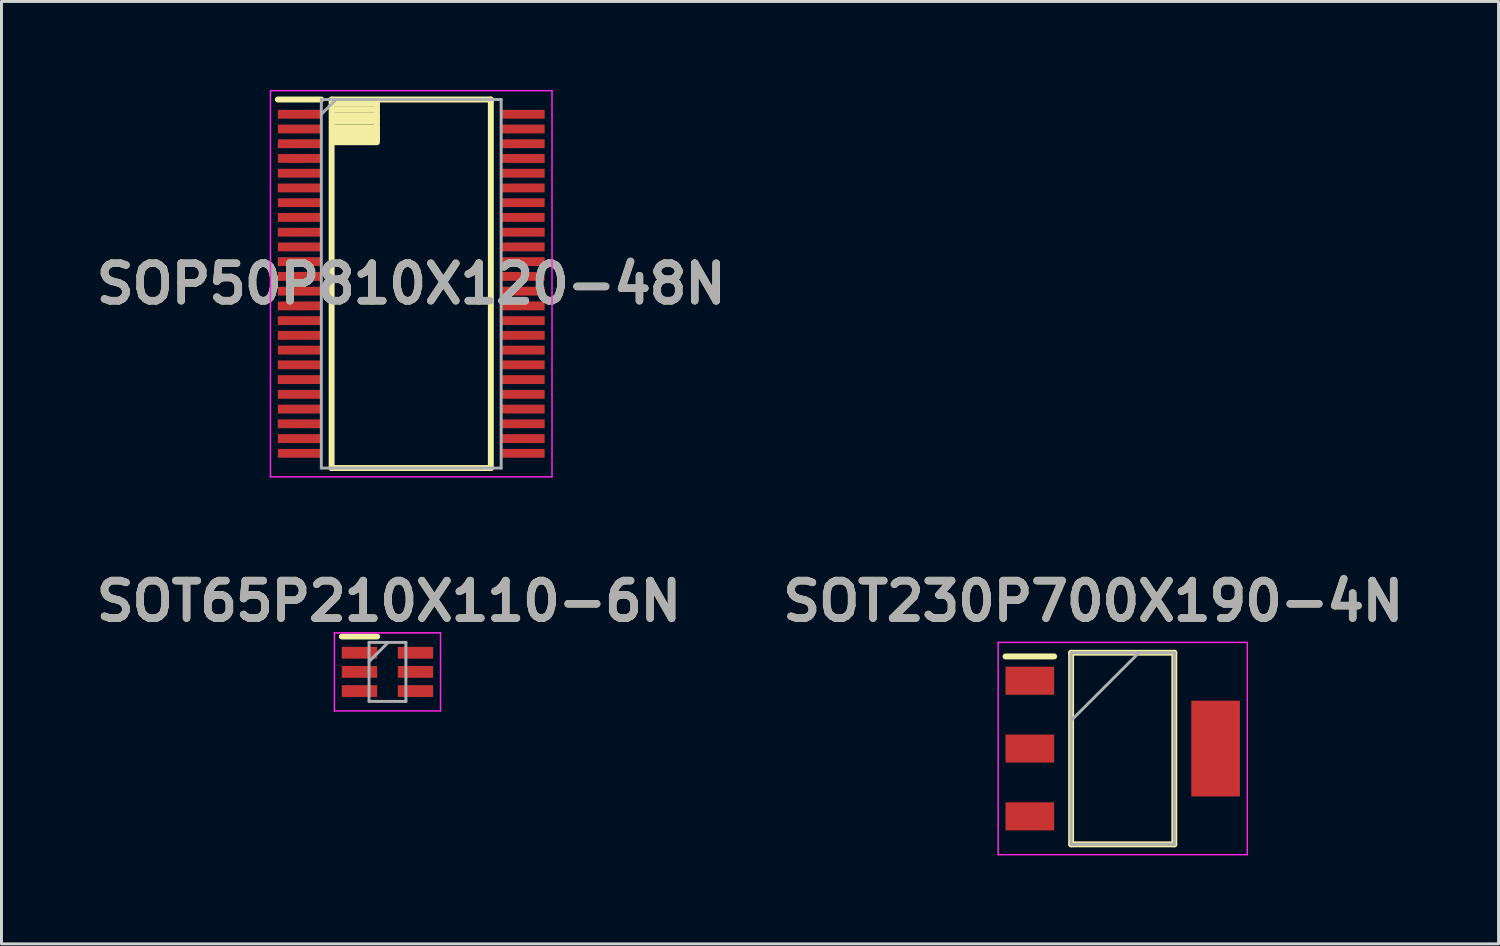
<source format=kicad_pcb>
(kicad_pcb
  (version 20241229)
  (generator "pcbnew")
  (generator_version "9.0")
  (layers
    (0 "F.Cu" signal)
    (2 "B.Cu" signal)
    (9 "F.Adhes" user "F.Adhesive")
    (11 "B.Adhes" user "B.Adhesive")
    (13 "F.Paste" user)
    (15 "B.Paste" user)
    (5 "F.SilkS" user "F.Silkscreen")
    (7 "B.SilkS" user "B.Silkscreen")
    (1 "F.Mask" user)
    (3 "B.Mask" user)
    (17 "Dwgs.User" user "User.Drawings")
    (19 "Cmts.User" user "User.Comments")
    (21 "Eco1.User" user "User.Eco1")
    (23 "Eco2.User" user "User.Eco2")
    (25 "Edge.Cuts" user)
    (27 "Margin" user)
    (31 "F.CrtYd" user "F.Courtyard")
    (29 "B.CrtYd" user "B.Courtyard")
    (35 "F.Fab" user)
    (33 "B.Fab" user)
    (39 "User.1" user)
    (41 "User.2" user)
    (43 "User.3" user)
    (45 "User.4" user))
  (footprint "SOT65P210X110-6N"
    (layer "F.Cu")
    (at 10.092 19.739)
    (property "Reference" "SOT65P210X110-6N" (at 0.05 -2.4 0) (layer "F.SilkS") (effects (font (size 1.27 1.27) (thickness 0.254))))
    (attr smd)
    (fp_line (start -1.55 -1.2) (end -0.35 -1.2) (stroke (width 0.2) (type solid)) (layer "F.SilkS"))
    (fp_line (start -1.8 -1.325) (end 1.8 -1.325) (stroke (width 0.05) (type solid)) (layer "F.CrtYd"))
    (fp_line (start -1.8 1.325) (end -1.8 -1.325) (stroke (width 0.05) (type solid)) (layer "F.CrtYd"))
    (fp_line (start 1.8 -1.325) (end 1.8 1.325) (stroke (width 0.05) (type solid)) (layer "F.CrtYd"))
    (fp_line (start 1.8 1.325) (end -1.8 1.325) (stroke (width 0.05) (type solid)) (layer "F.CrtYd"))
    (fp_line (start -0.625 -1) (end 0.625 -1) (stroke (width 0.1) (type solid)) (layer "F.Fab"))
    (fp_line (start -0.625 -0.35) (end 0.025 -1) (stroke (width 0.1) (type solid)) (layer "F.Fab"))
    (fp_line (start -0.625 1) (end -0.625 -1) (stroke (width 0.1) (type solid)) (layer "F.Fab"))
    (fp_line (start 0.625 -1) (end 0.625 1) (stroke (width 0.1) (type solid)) (layer "F.Fab"))
    (fp_line (start 0.625 1) (end -0.625 1) (stroke (width 0.1) (type solid)) (layer "F.Fab"))
    (fp_text user "${REFERENCE}" (at 0.05 -2.4 0) (layer "F.Fab") (effects (font (size 1.27 1.27) (thickness 0.254))))
    (pad "1" smd rect (at -0.95 -0.65 90) (size 0.4 1.2) (layers "F.Cu" "F.Mask" "F.Paste"))
    (pad "2" smd rect (at -0.95 0 90) (size 0.4 1.2) (layers "F.Cu" "F.Mask" "F.Paste"))
    (pad "3" smd rect (at -0.95 0.65 90) (size 0.4 1.2) (layers "F.Cu" "F.Mask" "F.Paste"))
    (pad "4" smd rect (at 0.95 0.65 90) (size 0.4 1.2) (layers "F.Cu" "F.Mask" "F.Paste"))
    (pad "5" smd rect (at 0.95 0 90) (size 0.4 1.2) (layers "F.Cu" "F.Mask" "F.Paste"))
    (pad "6" smd rect (at 0.95 -0.65 90) (size 0.4 1.2) (layers "F.Cu" "F.Mask" "F.Paste")))
  (footprint "SOT230P700X190-4N"
    (layer "F.Cu")
    (at 35.03 22.339)
    (property "Reference" "SOT230P700X190-4N" (at -1 -5 0) (layer "F.SilkS") (effects (font (size 1.27 1.27) (thickness 0.254))))
    (attr smd)
    (fp_line (start -3.975 -3.125) (end -2.325 -3.125) (stroke (width 0.2) (type solid)) (layer "F.SilkS"))
    (fp_line (start -1.75 -3.25) (end 1.75 -3.25) (stroke (width 0.2) (type solid)) (layer "F.SilkS"))
    (fp_line (start -1.75 3.25) (end -1.75 -3.25) (stroke (width 0.2) (type solid)) (layer "F.SilkS"))
    (fp_line (start 1.75 -3.25) (end 1.75 3.25) (stroke (width 0.2) (type solid)) (layer "F.SilkS"))
    (fp_line (start 1.75 3.25) (end -1.75 3.25) (stroke (width 0.2) (type solid)) (layer "F.SilkS"))
    (fp_line (start -4.225 -3.6) (end 4.225 -3.6) (stroke (width 0.05) (type solid)) (layer "F.CrtYd"))
    (fp_line (start -4.225 3.6) (end -4.225 -3.6) (stroke (width 0.05) (type solid)) (layer "F.CrtYd"))
    (fp_line (start 4.225 -3.6) (end 4.225 3.6) (stroke (width 0.05) (type solid)) (layer "F.CrtYd"))
    (fp_line (start 4.225 3.6) (end -4.225 3.6) (stroke (width 0.05) (type solid)) (layer "F.CrtYd"))
    (fp_line (start -1.75 -3.25) (end 1.75 -3.25) (stroke (width 0.1) (type solid)) (layer "F.Fab"))
    (fp_line (start -1.75 -0.95) (end 0.55 -3.25) (stroke (width 0.1) (type solid)) (layer "F.Fab"))
    (fp_line (start -1.75 3.25) (end -1.75 -3.25) (stroke (width 0.1) (type solid)) (layer "F.Fab"))
    (fp_line (start 1.75 -3.25) (end 1.75 3.25) (stroke (width 0.1) (type solid)) (layer "F.Fab"))
    (fp_line (start 1.75 3.25) (end -1.75 3.25) (stroke (width 0.1) (type solid)) (layer "F.Fab"))
    (fp_text user "${REFERENCE}" (at -1 -5 0) (layer "F.Fab") (effects (font (size 1.27 1.27) (thickness 0.254))))
    (pad "1" smd rect (at -3.15 -2.3 90) (size 0.95 1.65) (layers "F.Cu" "F.Mask" "F.Paste"))
    (pad "2" smd rect (at -3.15 0 90) (size 0.95 1.65) (layers "F.Cu" "F.Mask" "F.Paste"))
    (pad "3" smd rect (at -3.15 2.3 90) (size 0.95 1.65) (layers "F.Cu" "F.Mask" "F.Paste"))
    (pad "4" smd rect (at 3.15 0) (size 1.65 3.25) (layers "F.Cu" "F.Mask" "F.Paste")))
  (footprint "SOP50P810X120-48N"
    (layer "F.Cu")
    (at 10.898 6.575)
    (property "Reference" "SOP50P810X120-48N" (at 0 0 0) (layer "F.SilkS") (effects (font (size 1.27 1.27) (thickness 0.254))))
    (attr smd)
    (fp_line (start -4.525 -6.25) (end -3.05 -6.25) (stroke (width 0.2) (type solid)) (layer "F.SilkS"))
    (fp_line (start -2.7 -6.25) (end 2.7 -6.25) (stroke (width 0.2) (type solid)) (layer "F.SilkS"))
    (fp_line (start -2.7 6.25) (end -2.7 -6.25) (stroke (width 0.2) (type solid)) (layer "F.SilkS"))
    (fp_line (start -2.638 -6.1) (end -1.163 -6.1) (stroke (width 0.2) (type solid)) (layer "F.SilkS"))
    (fp_line (start -2.638 -5.9) (end -1.163 -5.9) (stroke (width 0.2) (type solid)) (layer "F.SilkS"))
    (fp_line (start -2.638 -5.7) (end -1.163 -5.7) (stroke (width 0.2) (type solid)) (layer "F.SilkS"))
    (fp_line (start -2.638 -5.6) (end -1.163 -5.6) (stroke (width 0.2) (type solid)) (layer "F.SilkS"))
    (fp_line (start -2.638 -5.5) (end -1.163 -5.5) (stroke (width 0.2) (type solid)) (layer "F.SilkS"))
    (fp_line (start -2.638 -5.3) (end -1.163 -5.3) (stroke (width 0.2) (type solid)) (layer "F.SilkS"))
    (fp_line (start -2.638 -5.2) (end -1.163 -5.2) (stroke (width 0.2) (type solid)) (layer "F.SilkS"))
    (fp_line (start -2.638 -5.1) (end -1.163 -5.1) (stroke (width 0.2) (type solid)) (layer "F.SilkS"))
    (fp_line (start -2.638 -5) (end -1.163 -5) (stroke (width 0.2) (type solid)) (layer "F.SilkS"))
    (fp_line (start -2.638 -4.9) (end -1.163 -4.9) (stroke (width 0.2) (type solid)) (layer "F.SilkS"))
    (fp_line (start -2.638 -4.8) (end -1.163 -4.8) (stroke (width 0.2) (type solid)) (layer "F.SilkS"))
    (fp_line (start -1.163 -4.862) (end -1.163 -6.1) (stroke (width 0.2) (type solid)) (layer "F.SilkS"))
    (fp_line (start 2.7 -6.25) (end 2.7 6.25) (stroke (width 0.2) (type solid)) (layer "F.SilkS"))
    (fp_line (start 2.7 6.25) (end -2.7 6.25) (stroke (width 0.2) (type solid)) (layer "F.SilkS"))
    (fp_line (start -4.775 -6.55) (end 4.775 -6.55) (stroke (width 0.05) (type solid)) (layer "F.CrtYd"))
    (fp_line (start -4.775 6.55) (end -4.775 -6.55) (stroke (width 0.05) (type solid)) (layer "F.CrtYd"))
    (fp_line (start 4.775 -6.55) (end 4.775 6.55) (stroke (width 0.05) (type solid)) (layer "F.CrtYd"))
    (fp_line (start 4.775 6.55) (end -4.775 6.55) (stroke (width 0.05) (type solid)) (layer "F.CrtYd"))
    (fp_line (start -3.05 -6.25) (end 3.05 -6.25) (stroke (width 0.1) (type solid)) (layer "F.Fab"))
    (fp_line (start -3.05 -5.75) (end -2.55 -6.25) (stroke (width 0.1) (type solid)) (layer "F.Fab"))
    (fp_line (start -3.05 6.25) (end -3.05 -6.25) (stroke (width 0.1) (type solid)) (layer "F.Fab"))
    (fp_line (start 3.05 -6.25) (end 3.05 6.25) (stroke (width 0.1) (type solid)) (layer "F.Fab"))
    (fp_line (start 3.05 6.25) (end -3.05 6.25) (stroke (width 0.1) (type solid)) (layer "F.Fab"))
    (fp_text user "${REFERENCE}" (at 0 0 0) (layer "F.Fab") (effects (font (size 1.27 1.27) (thickness 0.254))))
    (pad "1" smd rect (at -3.788 -5.75 90) (size 0.3 1.475) (layers "F.Cu" "F.Mask" "F.Paste"))
    (pad "2" smd rect (at -3.788 -5.25 90) (size 0.3 1.475) (layers "F.Cu" "F.Mask" "F.Paste"))
    (pad "3" smd rect (at -3.788 -4.75 90) (size 0.3 1.475) (layers "F.Cu" "F.Mask" "F.Paste"))
    (pad "4" smd rect (at -3.788 -4.25 90) (size 0.3 1.475) (layers "F.Cu" "F.Mask" "F.Paste"))
    (pad "5" smd rect (at -3.788 -3.75 90) (size 0.3 1.475) (layers "F.Cu" "F.Mask" "F.Paste"))
    (pad "6" smd rect (at -3.788 -3.25 90) (size 0.3 1.475) (layers "F.Cu" "F.Mask" "F.Paste"))
    (pad "7" smd rect (at -3.788 -2.75 90) (size 0.3 1.475) (layers "F.Cu" "F.Mask" "F.Paste"))
    (pad "8" smd rect (at -3.788 -2.25 90) (size 0.3 1.475) (layers "F.Cu" "F.Mask" "F.Paste"))
    (pad "9" smd rect (at -3.788 -1.75 90) (size 0.3 1.475) (layers "F.Cu" "F.Mask" "F.Paste"))
    (pad "10" smd rect (at -3.788 -1.25 90) (size 0.3 1.475) (layers "F.Cu" "F.Mask" "F.Paste"))
    (pad "11" smd rect (at -3.788 -0.75 90) (size 0.3 1.475) (layers "F.Cu" "F.Mask" "F.Paste"))
    (pad "12" smd rect (at -3.788 -0.25 90) (size 0.3 1.475) (layers "F.Cu" "F.Mask" "F.Paste"))
    (pad "13" smd rect (at -3.788 0.25 90) (size 0.3 1.475) (layers "F.Cu" "F.Mask" "F.Paste"))
    (pad "14" smd rect (at -3.788 0.75 90) (size 0.3 1.475) (layers "F.Cu" "F.Mask" "F.Paste"))
    (pad "15" smd rect (at -3.788 1.25 90) (size 0.3 1.475) (layers "F.Cu" "F.Mask" "F.Paste"))
    (pad "16" smd rect (at -3.788 1.75 90) (size 0.3 1.475) (layers "F.Cu" "F.Mask" "F.Paste"))
    (pad "17" smd rect (at -3.788 2.25 90) (size 0.3 1.475) (layers "F.Cu" "F.Mask" "F.Paste"))
    (pad "18" smd rect (at -3.788 2.75 90) (size 0.3 1.475) (layers "F.Cu" "F.Mask" "F.Paste"))
    (pad "19" smd rect (at -3.788 3.25 90) (size 0.3 1.475) (layers "F.Cu" "F.Mask" "F.Paste"))
    (pad "20" smd rect (at -3.788 3.75 90) (size 0.3 1.475) (layers "F.Cu" "F.Mask" "F.Paste"))
    (pad "21" smd rect (at -3.788 4.25 90) (size 0.3 1.475) (layers "F.Cu" "F.Mask" "F.Paste"))
    (pad "22" smd rect (at -3.788 4.75 90) (size 0.3 1.475) (layers "F.Cu" "F.Mask" "F.Paste"))
    (pad "23" smd rect (at -3.788 5.25 90) (size 0.3 1.475) (layers "F.Cu" "F.Mask" "F.Paste"))
    (pad "24" smd rect (at -3.788 5.75 90) (size 0.3 1.475) (layers "F.Cu" "F.Mask" "F.Paste"))
    (pad "25" smd rect (at 3.788 5.75 90) (size 0.3 1.475) (layers "F.Cu" "F.Mask" "F.Paste"))
    (pad "26" smd rect (at 3.788 5.25 90) (size 0.3 1.475) (layers "F.Cu" "F.Mask" "F.Paste"))
    (pad "27" smd rect (at 3.788 4.75 90) (size 0.3 1.475) (layers "F.Cu" "F.Mask" "F.Paste"))
    (pad "28" smd rect (at 3.788 4.25 90) (size 0.3 1.475) (layers "F.Cu" "F.Mask" "F.Paste"))
    (pad "29" smd rect (at 3.788 3.75 90) (size 0.3 1.475) (layers "F.Cu" "F.Mask" "F.Paste"))
    (pad "30" smd rect (at 3.788 3.25 90) (size 0.3 1.475) (layers "F.Cu" "F.Mask" "F.Paste"))
    (pad "31" smd rect (at 3.788 2.75 90) (size 0.3 1.475) (layers "F.Cu" "F.Mask" "F.Paste"))
    (pad "32" smd rect (at 3.788 2.25 90) (size 0.3 1.475) (layers "F.Cu" "F.Mask" "F.Paste"))
    (pad "33" smd rect (at 3.788 1.75 90) (size 0.3 1.475) (layers "F.Cu" "F.Mask" "F.Paste"))
    (pad "34" smd rect (at 3.788 1.25 90) (size 0.3 1.475) (layers "F.Cu" "F.Mask" "F.Paste"))
    (pad "35" smd rect (at 3.788 0.75 90) (size 0.3 1.475) (layers "F.Cu" "F.Mask" "F.Paste"))
    (pad "36" smd rect (at 3.788 0.25 90) (size 0.3 1.475) (layers "F.Cu" "F.Mask" "F.Paste"))
    (pad "37" smd rect (at 3.788 -0.25 90) (size 0.3 1.475) (layers "F.Cu" "F.Mask" "F.Paste"))
    (pad "38" smd rect (at 3.788 -0.75 90) (size 0.3 1.475) (layers "F.Cu" "F.Mask" "F.Paste"))
    (pad "39" smd rect (at 3.788 -1.25 90) (size 0.3 1.475) (layers "F.Cu" "F.Mask" "F.Paste"))
    (pad "40" smd rect (at 3.788 -1.75 90) (size 0.3 1.475) (layers "F.Cu" "F.Mask" "F.Paste"))
    (pad "41" smd rect (at 3.788 -2.25 90) (size 0.3 1.475) (layers "F.Cu" "F.Mask" "F.Paste"))
    (pad "42" smd rect (at 3.788 -2.75 90) (size 0.3 1.475) (layers "F.Cu" "F.Mask" "F.Paste"))
    (pad "43" smd rect (at 3.788 -3.25 90) (size 0.3 1.475) (layers "F.Cu" "F.Mask" "F.Paste"))
    (pad "44" smd rect (at 3.788 -3.75 90) (size 0.3 1.475) (layers "F.Cu" "F.Mask" "F.Paste"))
    (pad "45" smd rect (at 3.788 -4.25 90) (size 0.3 1.475) (layers "F.Cu" "F.Mask" "F.Paste"))
    (pad "46" smd rect (at 3.788 -4.75 90) (size 0.3 1.475) (layers "F.Cu" "F.Mask" "F.Paste"))
    (pad "47" smd rect (at 3.788 -5.25 90) (size 0.3 1.475) (layers "F.Cu" "F.Mask" "F.Paste"))
    (pad "48" smd rect (at 3.788 -5.75 90) (size 0.3 1.475) (layers "F.Cu" "F.Mask" "F.Paste")))
  (gr_rect
    (start -3 -3)
    (end 47.777 28.964)
    (stroke (width 0.1) (type default))
    (fill no)
    (layer "Edge.Cuts")))
</source>
